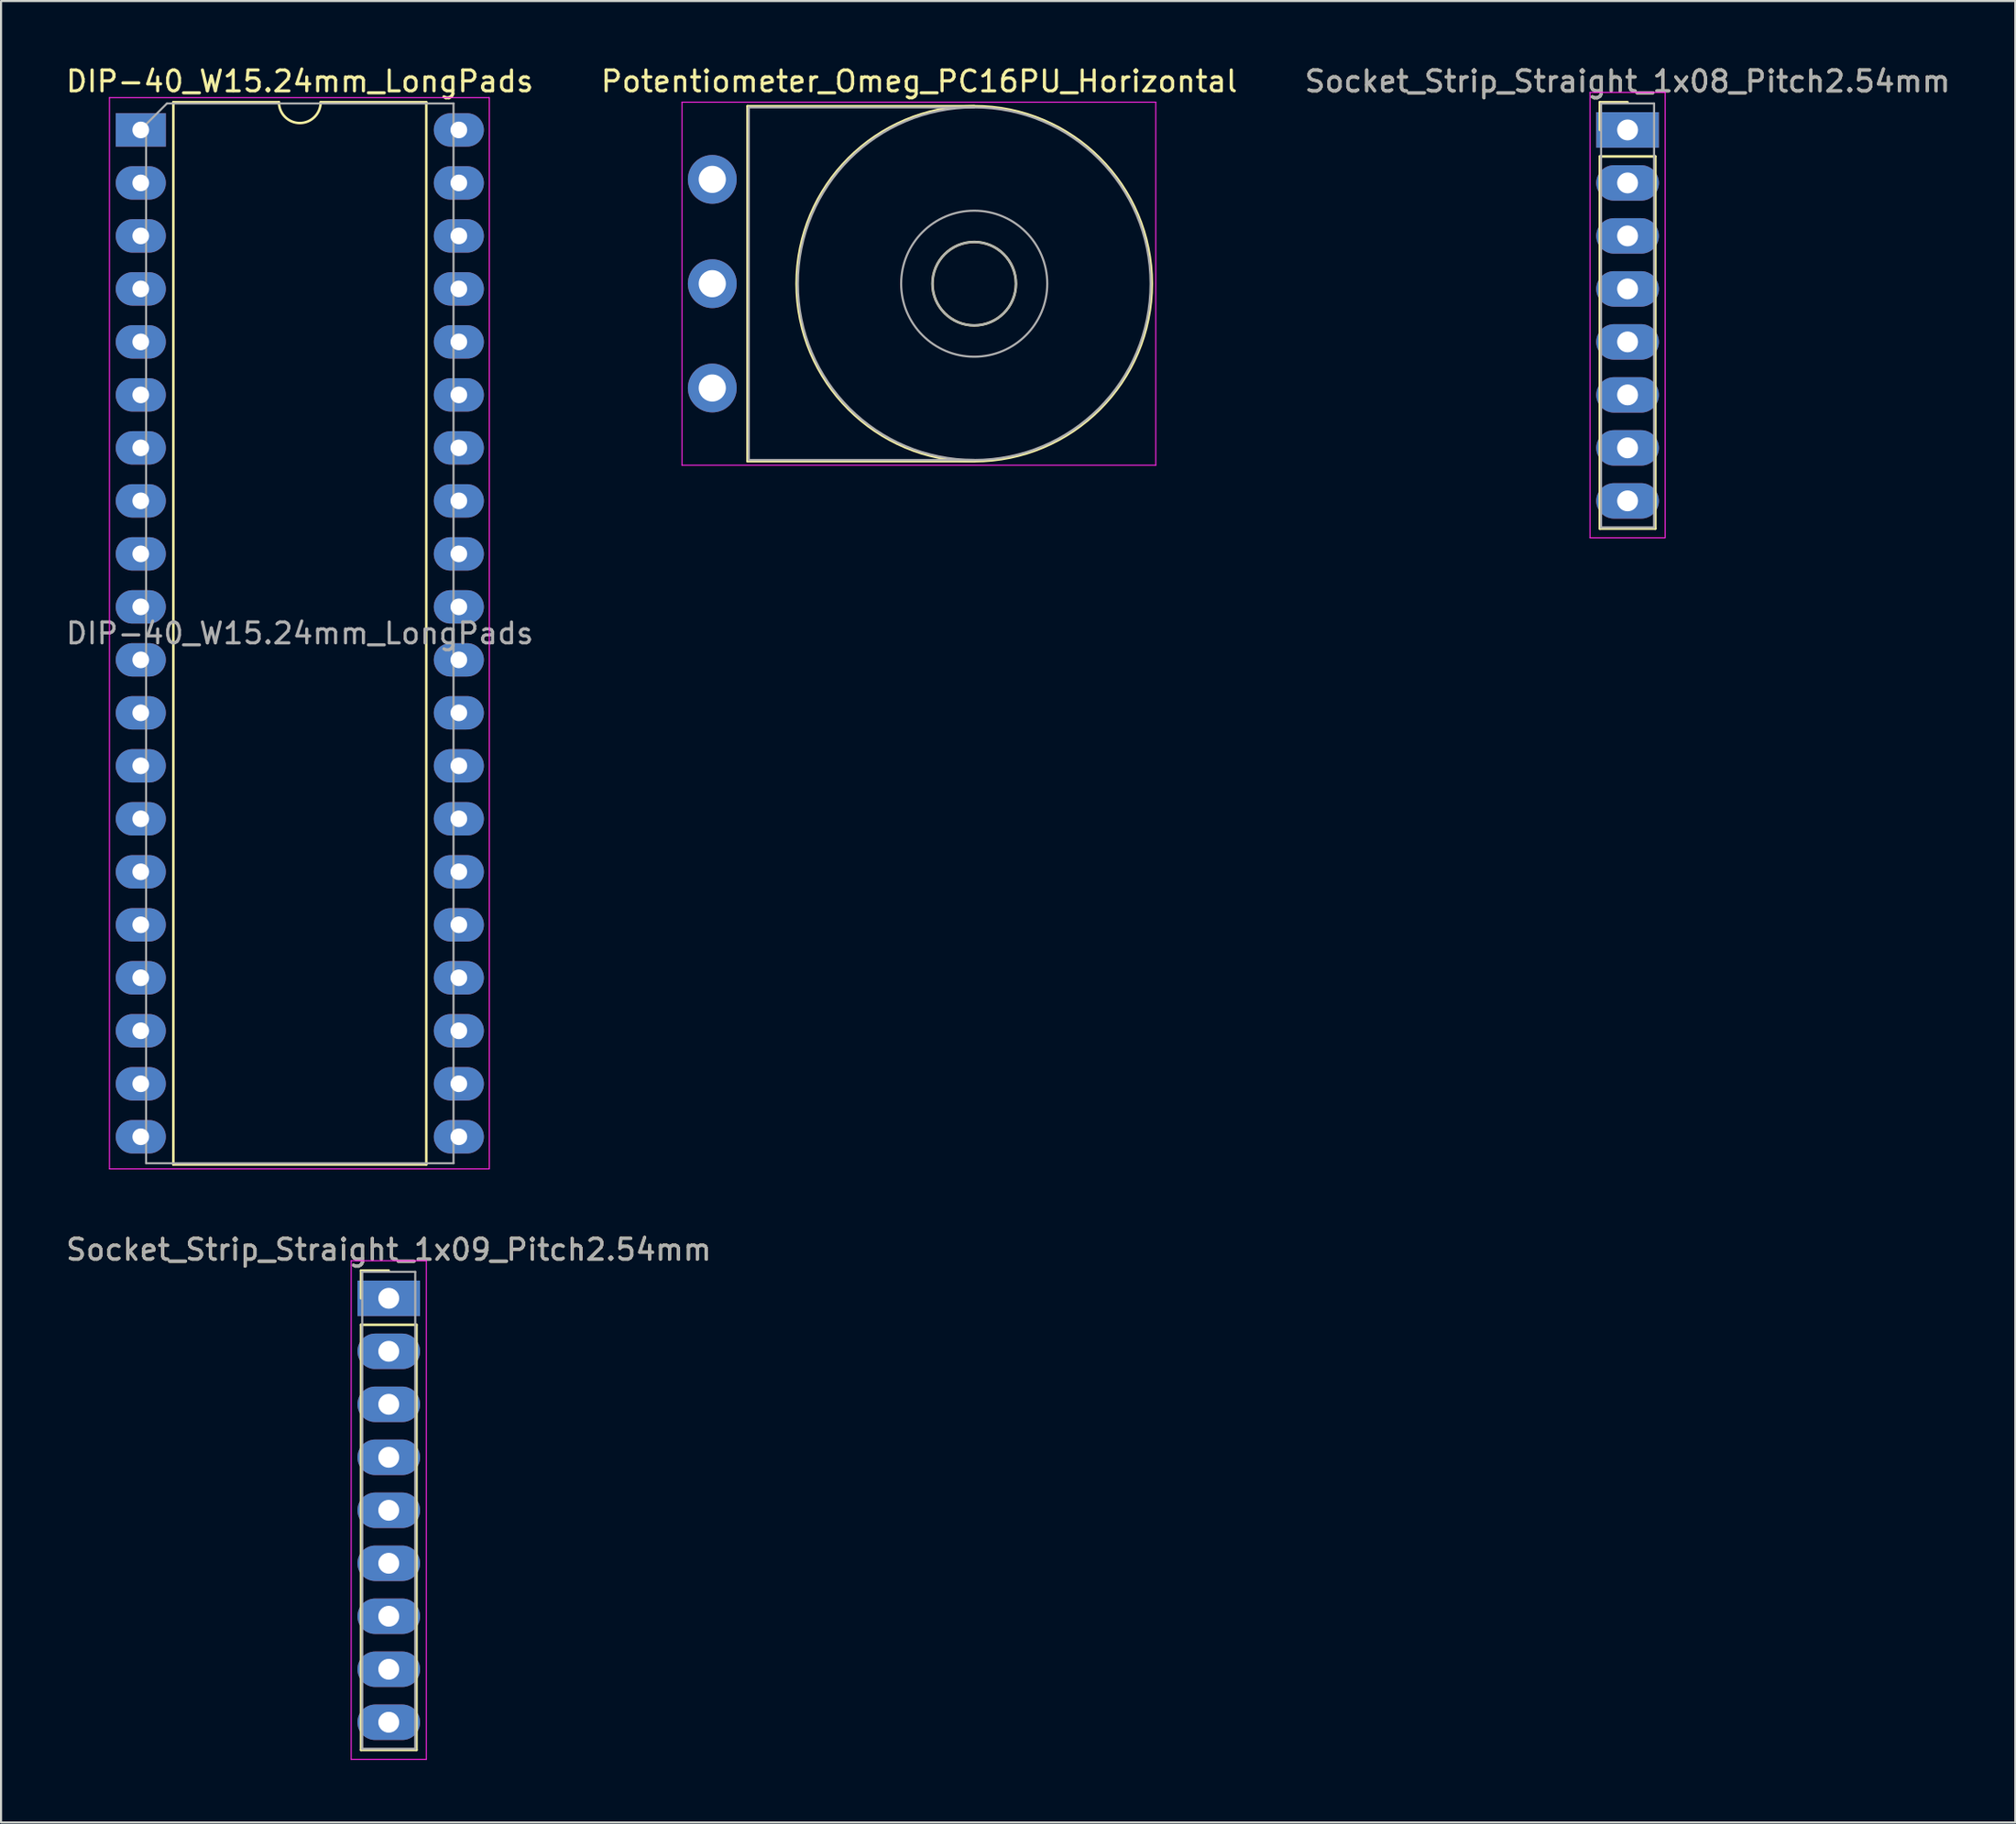
<source format=kicad_pcb>
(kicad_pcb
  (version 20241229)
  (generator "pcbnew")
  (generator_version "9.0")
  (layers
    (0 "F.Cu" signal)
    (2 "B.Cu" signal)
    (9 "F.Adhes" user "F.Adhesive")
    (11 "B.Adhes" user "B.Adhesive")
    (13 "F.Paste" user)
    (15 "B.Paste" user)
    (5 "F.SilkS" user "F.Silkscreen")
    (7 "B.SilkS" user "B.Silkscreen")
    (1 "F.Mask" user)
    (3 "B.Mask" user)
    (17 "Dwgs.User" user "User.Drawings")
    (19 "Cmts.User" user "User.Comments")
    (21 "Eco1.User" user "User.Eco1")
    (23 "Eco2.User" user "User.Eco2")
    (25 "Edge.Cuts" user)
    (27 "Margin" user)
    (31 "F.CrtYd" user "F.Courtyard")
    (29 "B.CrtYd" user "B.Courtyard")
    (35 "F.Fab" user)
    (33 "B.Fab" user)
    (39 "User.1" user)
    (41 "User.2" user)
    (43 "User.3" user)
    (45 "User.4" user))
  (footprint "Potentiometer_Omeg_PC16PU_Horizontal"
    (layer "F.Cu")
    (at 31.079 15.548)
    (property "Reference" "Potentiometer_Omeg_PC16PU_Horizontal" (at 9.915 -14.7 0) (layer "F.SilkS") (effects (font (size 1 1) (thickness 0.15))))
    (attr through_hole)
    (fp_line (start 1.69 -13.51) (end 1.69 3.51) (stroke (width 0.12) (type solid)) (layer "F.SilkS"))
    (fp_line (start 1.69 -13.51) (end 12.55 -13.51) (stroke (width 0.12) (type solid)) (layer "F.SilkS"))
    (fp_line (start 1.69 3.51) (end 12.55 3.51) (stroke (width 0.12) (type solid)) (layer "F.SilkS"))
    (fp_circle (center 12.55 -5) (end 14.55 -5) (stroke (width 0.12) (type solid)) (fill no) (layer "F.SilkS"))
    (fp_circle (center 12.55 -5) (end 21.06 -5) (stroke (width 0.12) (type solid)) (fill no) (layer "F.SilkS"))
    (fp_line (start -1.45 -13.7) (end -1.45 3.7) (stroke (width 0.05) (type solid)) (layer "F.CrtYd"))
    (fp_line (start -1.45 3.7) (end 21.25 3.7) (stroke (width 0.05) (type solid)) (layer "F.CrtYd"))
    (fp_line (start 21.25 -13.7) (end -1.45 -13.7) (stroke (width 0.05) (type solid)) (layer "F.CrtYd"))
    (fp_line (start 21.25 3.7) (end 21.25 -13.7) (stroke (width 0.05) (type solid)) (layer "F.CrtYd"))
    (fp_line (start 1.75 -13.45) (end 1.75 3.45) (stroke (width 0.1) (type solid)) (layer "F.Fab"))
    (fp_line (start 1.75 3.45) (end 12.55 3.45) (stroke (width 0.1) (type solid)) (layer "F.Fab"))
    (fp_line (start 12.55 -13.45) (end 1.75 -13.45) (stroke (width 0.1) (type solid)) (layer "F.Fab"))
    (fp_circle (center 12.55 -5) (end 14.55 -5) (stroke (width 0.1) (type solid)) (fill no) (layer "F.Fab"))
    (fp_circle (center 12.55 -5) (end 16.05 -5) (stroke (width 0.1) (type solid)) (fill no) (layer "F.Fab"))
    (fp_circle (center 12.55 -5) (end 21 -5) (stroke (width 0.1) (type solid)) (fill no) (layer "F.Fab"))
    (pad "1" thru_hole circle (at 0 0) (size 2.34 2.34) (drill 1.3) (layers "*.Cu" "*.Mask"))
    (pad "2" thru_hole circle (at 0 -5) (size 2.34 2.34) (drill 1.3) (layers "*.Cu" "*.Mask"))
    (pad "3" thru_hole circle (at 0 -10) (size 2.34 2.34) (drill 1.3) (layers "*.Cu" "*.Mask")))
  (footprint "Socket_Strip_Straight_1x09_Pitch2.54mm"
    (layer "F.Cu")
    (at 15.577 59.181)
    (property "Reference" "Socket_Strip_Straight_1x09_Pitch2.54mm" (at 0 -2.33 0) (layer "F.SilkS") (effects (font (size 1 1) (thickness 0.15))))
    (attr through_hole)
    (fp_line (start -1.33 -1.33) (end 0 -1.33) (stroke (width 0.12) (type solid)) (layer "F.SilkS"))
    (fp_line (start -1.33 0) (end -1.33 -1.33) (stroke (width 0.12) (type solid)) (layer "F.SilkS"))
    (fp_line (start -1.33 1.27) (end -1.33 21.65) (stroke (width 0.12) (type solid)) (layer "F.SilkS"))
    (fp_line (start -1.33 21.65) (end 1.33 21.65) (stroke (width 0.12) (type solid)) (layer "F.SilkS"))
    (fp_line (start 1.33 1.27) (end -1.33 1.27) (stroke (width 0.12) (type solid)) (layer "F.SilkS"))
    (fp_line (start 1.33 21.65) (end 1.33 1.27) (stroke (width 0.12) (type solid)) (layer "F.SilkS"))
    (fp_line (start -1.8 -1.8) (end -1.8 22.1) (stroke (width 0.05) (type solid)) (layer "F.CrtYd"))
    (fp_line (start -1.8 22.1) (end 1.8 22.1) (stroke (width 0.05) (type solid)) (layer "F.CrtYd"))
    (fp_line (start 1.8 -1.8) (end -1.8 -1.8) (stroke (width 0.05) (type solid)) (layer "F.CrtYd"))
    (fp_line (start 1.8 22.1) (end 1.8 -1.8) (stroke (width 0.05) (type solid)) (layer "F.CrtYd"))
    (fp_line (start -1.27 -1.27) (end -1.27 21.59) (stroke (width 0.1) (type solid)) (layer "F.Fab"))
    (fp_line (start -1.27 21.59) (end 1.27 21.59) (stroke (width 0.1) (type solid)) (layer "F.Fab"))
    (fp_line (start 1.27 -1.27) (end -1.27 -1.27) (stroke (width 0.1) (type solid)) (layer "F.Fab"))
    (fp_line (start 1.27 21.59) (end 1.27 -1.27) (stroke (width 0.1) (type solid)) (layer "F.Fab"))
    (fp_text user "${REFERENCE}" (at 0 -2.33 0) (layer "F.Fab") (effects (font (size 1 1) (thickness 0.15))))
    (pad "1" thru_hole rect (at 0 0) (size 3 1.7) (drill 1) (layers "*.Cu" "*.Mask"))
    (pad "2" thru_hole oval (at 0 2.54) (size 3 1.7) (drill 1) (layers "*.Cu" "*.Mask"))
    (pad "3" thru_hole oval (at 0 5.08) (size 3 1.7) (drill 1) (layers "*.Cu" "*.Mask"))
    (pad "4" thru_hole oval (at 0 7.62) (size 3 1.7) (drill 1) (layers "*.Cu" "*.Mask"))
    (pad "5" thru_hole oval (at 0 10.16) (size 3 1.7) (drill 1) (layers "*.Cu" "*.Mask"))
    (pad "6" thru_hole oval (at 0 12.7) (size 3 1.7) (drill 1) (layers "*.Cu" "*.Mask"))
    (pad "7" thru_hole oval (at 0 15.24) (size 3 1.7) (drill 1) (layers "*.Cu" "*.Mask"))
    (pad "8" thru_hole oval (at 0 17.78) (size 3 1.7) (drill 1) (layers "*.Cu" "*.Mask"))
    (pad "9" thru_hole oval (at 0 20.32) (size 3 1.7) (drill 1) (layers "*.Cu" "*.Mask")))
  (footprint "DIP-40_W15.24mm_LongPads"
    (layer "F.Cu")
    (at 3.695 3.178)
    (property "Reference" "DIP-40_W15.24mm_LongPads" (at 7.62 -2.33 0) (layer "F.SilkS") (effects (font (size 1 1) (thickness 0.15))))
    (attr through_hole)
    (fp_line (start 1.56 -1.33) (end 1.56 49.59) (stroke (width 0.12) (type solid)) (layer "F.SilkS"))
    (fp_line (start 1.56 49.59) (end 13.68 49.59) (stroke (width 0.12) (type solid)) (layer "F.SilkS"))
    (fp_line (start 6.62 -1.33) (end 1.56 -1.33) (stroke (width 0.12) (type solid)) (layer "F.SilkS"))
    (fp_line (start 13.68 -1.33) (end 8.62 -1.33) (stroke (width 0.12) (type solid)) (layer "F.SilkS"))
    (fp_line (start 13.68 49.59) (end 13.68 -1.33) (stroke (width 0.12) (type solid)) (layer "F.SilkS"))
    (fp_arc (start 8.62 -1.33) (mid 7.62 -0.33) (end 6.62 -1.33) (stroke (width 0.12) (type solid)) (layer "F.SilkS"))
    (fp_line (start -1.5 -1.55) (end -1.5 49.8) (stroke (width 0.05) (type solid)) (layer "F.CrtYd"))
    (fp_line (start -1.5 49.8) (end 16.7 49.8) (stroke (width 0.05) (type solid)) (layer "F.CrtYd"))
    (fp_line (start 16.7 -1.55) (end -1.5 -1.55) (stroke (width 0.05) (type solid)) (layer "F.CrtYd"))
    (fp_line (start 16.7 49.8) (end 16.7 -1.55) (stroke (width 0.05) (type solid)) (layer "F.CrtYd"))
    (fp_line (start 0.255 -0.27) (end 1.255 -1.27) (stroke (width 0.1) (type solid)) (layer "F.Fab"))
    (fp_line (start 0.255 49.53) (end 0.255 -0.27) (stroke (width 0.1) (type solid)) (layer "F.Fab"))
    (fp_line (start 1.255 -1.27) (end 14.985 -1.27) (stroke (width 0.1) (type solid)) (layer "F.Fab"))
    (fp_line (start 14.985 -1.27) (end 14.985 49.53) (stroke (width 0.1) (type solid)) (layer "F.Fab"))
    (fp_line (start 14.985 49.53) (end 0.255 49.53) (stroke (width 0.1) (type solid)) (layer "F.Fab"))
    (fp_text user "${REFERENCE}" (at 7.62 24.13 0) (layer "F.Fab") (effects (font (size 1 1) (thickness 0.15))))
    (pad "1" thru_hole rect (at 0 0) (size 2.4 1.6) (drill 0.8) (layers "*.Cu" "*.Mask"))
    (pad "2" thru_hole oval (at 0 2.54) (size 2.4 1.6) (drill 0.8) (layers "*.Cu" "*.Mask"))
    (pad "3" thru_hole oval (at 0 5.08) (size 2.4 1.6) (drill 0.8) (layers "*.Cu" "*.Mask"))
    (pad "4" thru_hole oval (at 0 7.62) (size 2.4 1.6) (drill 0.8) (layers "*.Cu" "*.Mask"))
    (pad "5" thru_hole oval (at 0 10.16) (size 2.4 1.6) (drill 0.8) (layers "*.Cu" "*.Mask"))
    (pad "6" thru_hole oval (at 0 12.7) (size 2.4 1.6) (drill 0.8) (layers "*.Cu" "*.Mask"))
    (pad "7" thru_hole oval (at 0 15.24) (size 2.4 1.6) (drill 0.8) (layers "*.Cu" "*.Mask"))
    (pad "8" thru_hole oval (at 0 17.78) (size 2.4 1.6) (drill 0.8) (layers "*.Cu" "*.Mask"))
    (pad "9" thru_hole oval (at 0 20.32) (size 2.4 1.6) (drill 0.8) (layers "*.Cu" "*.Mask"))
    (pad "10" thru_hole oval (at 0 22.86) (size 2.4 1.6) (drill 0.8) (layers "*.Cu" "*.Mask"))
    (pad "11" thru_hole oval (at 0 25.4) (size 2.4 1.6) (drill 0.8) (layers "*.Cu" "*.Mask"))
    (pad "12" thru_hole oval (at 0 27.94) (size 2.4 1.6) (drill 0.8) (layers "*.Cu" "*.Mask"))
    (pad "13" thru_hole oval (at 0 30.48) (size 2.4 1.6) (drill 0.8) (layers "*.Cu" "*.Mask"))
    (pad "14" thru_hole oval (at 0 33.02) (size 2.4 1.6) (drill 0.8) (layers "*.Cu" "*.Mask"))
    (pad "15" thru_hole oval (at 0 35.56) (size 2.4 1.6) (drill 0.8) (layers "*.Cu" "*.Mask"))
    (pad "16" thru_hole oval (at 0 38.1) (size 2.4 1.6) (drill 0.8) (layers "*.Cu" "*.Mask"))
    (pad "17" thru_hole oval (at 0 40.64) (size 2.4 1.6) (drill 0.8) (layers "*.Cu" "*.Mask"))
    (pad "18" thru_hole oval (at 0 43.18) (size 2.4 1.6) (drill 0.8) (layers "*.Cu" "*.Mask"))
    (pad "19" thru_hole oval (at 0 45.72) (size 2.4 1.6) (drill 0.8) (layers "*.Cu" "*.Mask"))
    (pad "20" thru_hole oval (at 0 48.26) (size 2.4 1.6) (drill 0.8) (layers "*.Cu" "*.Mask"))
    (pad "21" thru_hole oval (at 15.24 48.26) (size 2.4 1.6) (drill 0.8) (layers "*.Cu" "*.Mask"))
    (pad "22" thru_hole oval (at 15.24 45.72) (size 2.4 1.6) (drill 0.8) (layers "*.Cu" "*.Mask"))
    (pad "23" thru_hole oval (at 15.24 43.18) (size 2.4 1.6) (drill 0.8) (layers "*.Cu" "*.Mask"))
    (pad "24" thru_hole oval (at 15.24 40.64) (size 2.4 1.6) (drill 0.8) (layers "*.Cu" "*.Mask"))
    (pad "25" thru_hole oval (at 15.24 38.1) (size 2.4 1.6) (drill 0.8) (layers "*.Cu" "*.Mask"))
    (pad "26" thru_hole oval (at 15.24 35.56) (size 2.4 1.6) (drill 0.8) (layers "*.Cu" "*.Mask"))
    (pad "27" thru_hole oval (at 15.24 33.02) (size 2.4 1.6) (drill 0.8) (layers "*.Cu" "*.Mask"))
    (pad "28" thru_hole oval (at 15.24 30.48) (size 2.4 1.6) (drill 0.8) (layers "*.Cu" "*.Mask"))
    (pad "29" thru_hole oval (at 15.24 27.94) (size 2.4 1.6) (drill 0.8) (layers "*.Cu" "*.Mask"))
    (pad "30" thru_hole oval (at 15.24 25.4) (size 2.4 1.6) (drill 0.8) (layers "*.Cu" "*.Mask"))
    (pad "31" thru_hole oval (at 15.24 22.86) (size 2.4 1.6) (drill 0.8) (layers "*.Cu" "*.Mask"))
    (pad "32" thru_hole oval (at 15.24 20.32) (size 2.4 1.6) (drill 0.8) (layers "*.Cu" "*.Mask"))
    (pad "33" thru_hole oval (at 15.24 17.78) (size 2.4 1.6) (drill 0.8) (layers "*.Cu" "*.Mask"))
    (pad "34" thru_hole oval (at 15.24 15.24) (size 2.4 1.6) (drill 0.8) (layers "*.Cu" "*.Mask"))
    (pad "35" thru_hole oval (at 15.24 12.7) (size 2.4 1.6) (drill 0.8) (layers "*.Cu" "*.Mask"))
    (pad "36" thru_hole oval (at 15.24 10.16) (size 2.4 1.6) (drill 0.8) (layers "*.Cu" "*.Mask"))
    (pad "37" thru_hole oval (at 15.24 7.62) (size 2.4 1.6) (drill 0.8) (layers "*.Cu" "*.Mask"))
    (pad "38" thru_hole oval (at 15.24 5.08) (size 2.4 1.6) (drill 0.8) (layers "*.Cu" "*.Mask"))
    (pad "39" thru_hole oval (at 15.24 2.54) (size 2.4 1.6) (drill 0.8) (layers "*.Cu" "*.Mask"))
    (pad "40" thru_hole oval (at 15.24 0) (size 2.4 1.6) (drill 0.8) (layers "*.Cu" "*.Mask")))
  (footprint "Socket_Strip_Straight_1x08_Pitch2.54mm"
    (layer "F.Cu")
    (at 74.935 3.178)
    (property "Reference" "Socket_Strip_Straight_1x08_Pitch2.54mm" (at 0 -2.33 0) (layer "F.SilkS") (effects (font (size 1 1) (thickness 0.15))))
    (attr through_hole)
    (fp_line (start -1.33 -1.33) (end 0 -1.33) (stroke (width 0.12) (type solid)) (layer "F.SilkS"))
    (fp_line (start -1.33 0) (end -1.33 -1.33) (stroke (width 0.12) (type solid)) (layer "F.SilkS"))
    (fp_line (start -1.33 1.27) (end -1.33 19.11) (stroke (width 0.12) (type solid)) (layer "F.SilkS"))
    (fp_line (start -1.33 19.11) (end 1.33 19.11) (stroke (width 0.12) (type solid)) (layer "F.SilkS"))
    (fp_line (start 1.33 1.27) (end -1.33 1.27) (stroke (width 0.12) (type solid)) (layer "F.SilkS"))
    (fp_line (start 1.33 19.11) (end 1.33 1.27) (stroke (width 0.12) (type solid)) (layer "F.SilkS"))
    (fp_line (start -1.8 -1.8) (end -1.8 19.55) (stroke (width 0.05) (type solid)) (layer "F.CrtYd"))
    (fp_line (start -1.8 19.55) (end 1.8 19.55) (stroke (width 0.05) (type solid)) (layer "F.CrtYd"))
    (fp_line (start 1.8 -1.8) (end -1.8 -1.8) (stroke (width 0.05) (type solid)) (layer "F.CrtYd"))
    (fp_line (start 1.8 19.55) (end 1.8 -1.8) (stroke (width 0.05) (type solid)) (layer "F.CrtYd"))
    (fp_line (start -1.27 -1.27) (end -1.27 19.05) (stroke (width 0.1) (type solid)) (layer "F.Fab"))
    (fp_line (start -1.27 19.05) (end 1.27 19.05) (stroke (width 0.1) (type solid)) (layer "F.Fab"))
    (fp_line (start 1.27 -1.27) (end -1.27 -1.27) (stroke (width 0.1) (type solid)) (layer "F.Fab"))
    (fp_line (start 1.27 19.05) (end 1.27 -1.27) (stroke (width 0.1) (type solid)) (layer "F.Fab"))
    (fp_text user "${REFERENCE}" (at 0 -2.33 0) (layer "F.Fab") (effects (font (size 1 1) (thickness 0.15))))
    (pad "1" thru_hole rect (at 0 0) (size 3 1.7) (drill 1) (layers "*.Cu" "*.Mask"))
    (pad "2" thru_hole oval (at 0 2.54) (size 3 1.7) (drill 1) (layers "*.Cu" "*.Mask"))
    (pad "3" thru_hole oval (at 0 5.08) (size 3 1.7) (drill 1) (layers "*.Cu" "*.Mask"))
    (pad "4" thru_hole oval (at 0 7.62) (size 3 1.7) (drill 1) (layers "*.Cu" "*.Mask"))
    (pad "5" thru_hole oval (at 0 10.16) (size 3 1.7) (drill 1) (layers "*.Cu" "*.Mask"))
    (pad "6" thru_hole oval (at 0 12.7) (size 3 1.7) (drill 1) (layers "*.Cu" "*.Mask"))
    (pad "7" thru_hole oval (at 0 15.24) (size 3 1.7) (drill 1) (layers "*.Cu" "*.Mask"))
    (pad "8" thru_hole oval (at 0 17.78) (size 3 1.7) (drill 1) (layers "*.Cu" "*.Mask")))
  (gr_rect
    (start -3 -3)
    (end 93.512 84.306)
    (stroke (width 0.1) (type default))
    (fill no)
    (layer "Edge.Cuts")))
</source>
